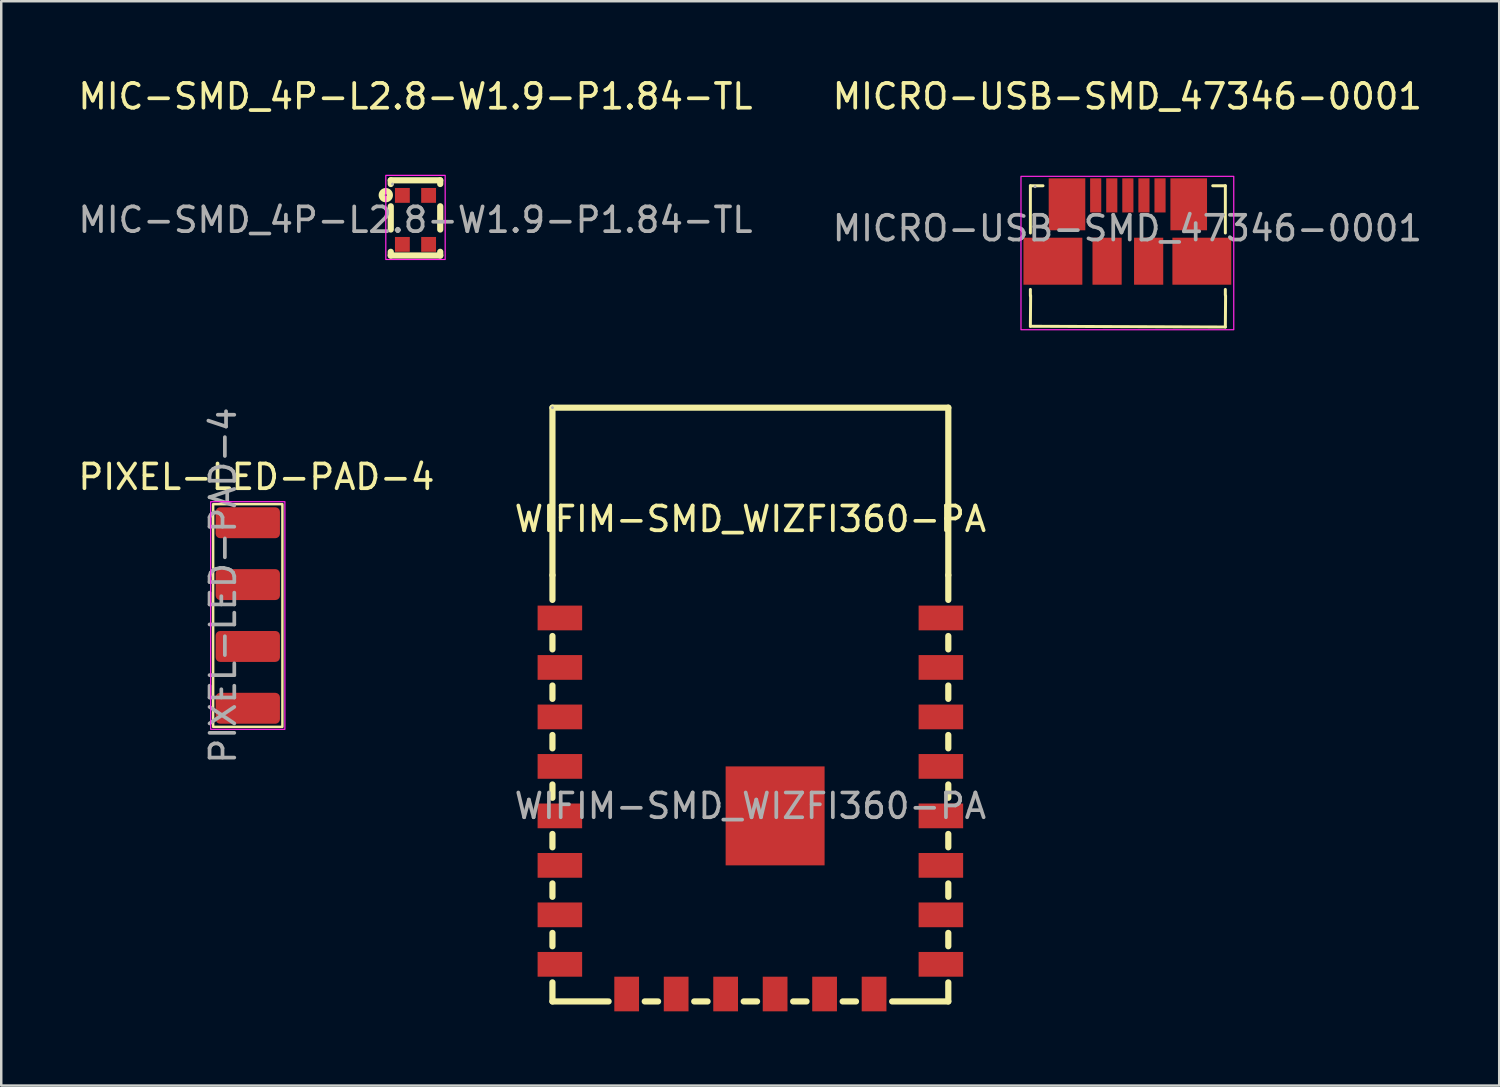
<source format=kicad_pcb>
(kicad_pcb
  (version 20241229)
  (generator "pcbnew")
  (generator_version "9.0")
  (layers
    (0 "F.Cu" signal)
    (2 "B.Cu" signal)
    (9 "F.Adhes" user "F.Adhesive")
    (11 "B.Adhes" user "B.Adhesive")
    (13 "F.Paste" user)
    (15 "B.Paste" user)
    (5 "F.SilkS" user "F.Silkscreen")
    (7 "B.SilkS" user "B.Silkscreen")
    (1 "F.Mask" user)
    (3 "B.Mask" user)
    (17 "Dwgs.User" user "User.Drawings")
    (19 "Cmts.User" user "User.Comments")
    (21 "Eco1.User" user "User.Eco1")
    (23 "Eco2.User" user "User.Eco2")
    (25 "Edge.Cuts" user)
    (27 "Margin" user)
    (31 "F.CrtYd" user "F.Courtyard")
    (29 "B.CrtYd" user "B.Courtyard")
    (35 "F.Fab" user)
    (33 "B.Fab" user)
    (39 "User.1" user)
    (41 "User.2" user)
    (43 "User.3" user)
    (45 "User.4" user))
  (footprint "WIFIM-SMD_WIZFI360-PA"
    (layer "F.Cu")
    (at 27.28 29.528)
    (property "Reference" "WIFIM-SMD_WIZFI360-PA" (at 0 -11.6 0) (layer "F.SilkS") (effects (font (size 1 1) (thickness 0.15))))
    (attr smd)
    (fp_line (start -8 -16.1) (end 8 -16.1) (stroke (width 0.25) (type solid)) (layer "F.SilkS"))
    (fp_line (start -8 -9.33) (end -8 -16.1) (stroke (width 0.25) (type solid)) (layer "F.SilkS"))
    (fp_line (start -8 -8.33) (end -8 -9.33) (stroke (width 0.25) (type solid)) (layer "F.SilkS"))
    (fp_line (start -8 -6.33) (end -8 -6.87) (stroke (width 0.25) (type solid)) (layer "F.SilkS"))
    (fp_line (start -8 -4.33) (end -8 -4.87) (stroke (width 0.25) (type solid)) (layer "F.SilkS"))
    (fp_line (start -8 -2.33) (end -8 -2.87) (stroke (width 0.25) (type solid)) (layer "F.SilkS"))
    (fp_line (start -8 -0.33) (end -8 -0.87) (stroke (width 0.25) (type solid)) (layer "F.SilkS"))
    (fp_line (start -8 1.67) (end -8 1.13) (stroke (width 0.25) (type solid)) (layer "F.SilkS"))
    (fp_line (start -8 3.67) (end -8 3.13) (stroke (width 0.25) (type solid)) (layer "F.SilkS"))
    (fp_line (start -8 5.67) (end -8 5.13) (stroke (width 0.25) (type solid)) (layer "F.SilkS"))
    (fp_line (start -8 7.9) (end -8 7.13) (stroke (width 0.25) (type solid)) (layer "F.SilkS"))
    (fp_line (start -5.73 7.9) (end -8 7.9) (stroke (width 0.25) (type solid)) (layer "F.SilkS"))
    (fp_line (start -3.73 7.9) (end -4.27 7.9) (stroke (width 0.25) (type solid)) (layer "F.SilkS"))
    (fp_line (start -1.73 7.9) (end -2.27 7.9) (stroke (width 0.25) (type solid)) (layer "F.SilkS"))
    (fp_line (start 0.27 7.9) (end -0.27 7.9) (stroke (width 0.25) (type solid)) (layer "F.SilkS"))
    (fp_line (start 2.27 7.9) (end 1.73 7.9) (stroke (width 0.25) (type solid)) (layer "F.SilkS"))
    (fp_line (start 4.27 7.9) (end 3.73 7.9) (stroke (width 0.25) (type solid)) (layer "F.SilkS"))
    (fp_line (start 8 -16.1) (end 8 -9.33) (stroke (width 0.25) (type solid)) (layer "F.SilkS"))
    (fp_line (start 8 -9.33) (end 8 -8.33) (stroke (width 0.25) (type solid)) (layer "F.SilkS"))
    (fp_line (start 8 -6.87) (end 8 -6.33) (stroke (width 0.25) (type solid)) (layer "F.SilkS"))
    (fp_line (start 8 -4.87) (end 8 -4.33) (stroke (width 0.25) (type solid)) (layer "F.SilkS"))
    (fp_line (start 8 -2.87) (end 8 -2.33) (stroke (width 0.25) (type solid)) (layer "F.SilkS"))
    (fp_line (start 8 -0.87) (end 8 -0.33) (stroke (width 0.25) (type solid)) (layer "F.SilkS"))
    (fp_line (start 8 1.13) (end 8 1.67) (stroke (width 0.25) (type solid)) (layer "F.SilkS"))
    (fp_line (start 8 3.13) (end 8 3.67) (stroke (width 0.25) (type solid)) (layer "F.SilkS"))
    (fp_line (start 8 5.13) (end 8 5.67) (stroke (width 0.25) (type solid)) (layer "F.SilkS"))
    (fp_line (start 8 7.13) (end 8 7.9) (stroke (width 0.25) (type solid)) (layer "F.SilkS"))
    (fp_line (start 8 7.9) (end 5.73 7.9) (stroke (width 0.25) (type solid)) (layer "F.SilkS"))
    (fp_circle (center -8 -16.1) (end -7.97 -16.1) (stroke (width 0.06) (type solid)) (fill no) (layer "F.Fab"))
    (fp_text user "${REFERENCE}" (at 0 0 0) (layer "F.Fab") (effects (font (size 1 1) (thickness 0.15))))
    (pad "1" smd rect (at -7.7 -7.6) (size 1.8 1) (layers "F.Cu" "F.Mask" "F.Paste"))
    (pad "2" smd rect (at -7.7 -5.6) (size 1.8 1) (layers "F.Cu" "F.Mask" "F.Paste"))
    (pad "3" smd rect (at -7.7 -3.6) (size 1.8 1) (layers "F.Cu" "F.Mask" "F.Paste"))
    (pad "4" smd rect (at -7.7 -1.6) (size 1.8 1) (layers "F.Cu" "F.Mask" "F.Paste"))
    (pad "5" smd rect (at -7.7 0.4) (size 1.8 1) (layers "F.Cu" "F.Mask" "F.Paste"))
    (pad "6" smd rect (at -7.7 2.4) (size 1.8 1) (layers "F.Cu" "F.Mask" "F.Paste"))
    (pad "7" smd rect (at -7.7 4.4) (size 1.8 1) (layers "F.Cu" "F.Mask" "F.Paste"))
    (pad "8" smd rect (at -7.7 6.4) (size 1.8 1) (layers "F.Cu" "F.Mask" "F.Paste"))
    (pad "9" smd rect (at -5 7.6 90) (size 1.4 1) (layers "F.Cu" "F.Mask" "F.Paste"))
    (pad "10" smd rect (at -3 7.6 90) (size 1.4 1) (layers "F.Cu" "F.Mask" "F.Paste"))
    (pad "11" smd rect (at -1 7.6 90) (size 1.4 1) (layers "F.Cu" "F.Mask" "F.Paste"))
    (pad "12" smd rect (at 1 7.6 90) (size 1.4 1) (layers "F.Cu" "F.Mask" "F.Paste"))
    (pad "13" smd rect (at 3 7.6 90) (size 1.4 1) (layers "F.Cu" "F.Mask" "F.Paste"))
    (pad "14" smd rect (at 5 7.6 90) (size 1.4 1) (layers "F.Cu" "F.Mask" "F.Paste"))
    (pad "15" smd rect (at 7.7 6.4 180) (size 1.8 1) (layers "F.Cu" "F.Mask" "F.Paste"))
    (pad "16" smd rect (at 7.7 4.4 180) (size 1.8 1) (layers "F.Cu" "F.Mask" "F.Paste"))
    (pad "17" smd rect (at 7.7 2.4 180) (size 1.8 1) (layers "F.Cu" "F.Mask" "F.Paste"))
    (pad "18" smd rect (at 7.7 0.4 180) (size 1.8 1) (layers "F.Cu" "F.Mask" "F.Paste"))
    (pad "19" smd rect (at 7.7 -1.6 180) (size 1.8 1) (layers "F.Cu" "F.Mask" "F.Paste"))
    (pad "20" smd rect (at 7.7 -3.6 180) (size 1.8 1) (layers "F.Cu" "F.Mask" "F.Paste"))
    (pad "21" smd rect (at 7.7 -5.6 180) (size 1.8 1) (layers "F.Cu" "F.Mask" "F.Paste"))
    (pad "22" smd rect (at 7.7 -7.6 180) (size 1.8 1) (layers "F.Cu" "F.Mask" "F.Paste"))
    (pad "23" smd rect (at 1 0.4 180) (size 4 4) (layers "F.Cu" "F.Mask" "F.Paste")))
  (footprint "PIXEL-LED-PAD-4"
    (layer "F.Cu")
    (at 5.965 18.079)
    (property "Reference" "PIXEL-LED-PAD-4" (at 1.35 -1.85 0) (layer "F.SilkS") (effects (font (size 1 1) (thickness 0.15))))
    (attr through_hole)
    (fp_rect (start -0.4 -0.75) (end 2.4 8.25) (stroke (width 0.1) (type default)) (fill no) (layer "F.SilkS"))
    (fp_rect (start -0.5 -0.85) (end 2.5 8.35) (stroke (width 0.05) (type default)) (fill no) (layer "F.CrtYd"))
    (fp_text user "${REFERENCE}" (at 0 2.54 90) (layer "F.Fab") (effects (font (size 1 1) (thickness 0.15))))
    (pad "1" smd roundrect (at 1 0) (size 2.6 1.25) (layers "F.Cu" "F.Mask" "F.Paste") (roundrect_rratio 0.147))
    (pad "2" smd roundrect (at 1 2.5) (size 2.6 1.25) (layers "F.Cu" "F.Mask" "F.Paste") (roundrect_rratio 0.147))
    (pad "3" smd roundrect (at 1 5) (size 2.6 1.25) (layers "F.Cu" "F.Mask" "F.Paste") (roundrect_rratio 0.147))
    (pad "4" smd roundrect (at 1 7.5) (size 2.6 1.25) (layers "F.Cu" "F.Mask" "F.Paste") (roundrect_rratio 0.147)))
  (footprint "MIC-SMD_4P-L2.8-W1.9-P1.84-TL"
    (layer "F.Cu")
    (at 13.744 5.838)
    (property "Reference" "MIC-SMD_4P-L2.8-W1.9-P1.84-TL" (at 0 -4.99 0) (layer "F.SilkS") (effects (font (size 1 1) (thickness 0.15))))
    (attr smd)
    (fp_line (start -1 -1.6) (end -1 -1.45) (stroke (width 0.25) (type solid)) (layer "F.SilkS"))
    (fp_line (start -1 -1.6) (end 1 -1.6) (stroke (width 0.25) (type solid)) (layer "F.SilkS"))
    (fp_line (start -1 -0.55) (end -1 0.39) (stroke (width 0.25) (type solid)) (layer "F.SilkS"))
    (fp_line (start -1 1.29) (end -1 1.44) (stroke (width 0.25) (type solid)) (layer "F.SilkS"))
    (fp_line (start -1 1.44) (end 1 1.44) (stroke (width 0.25) (type solid)) (layer "F.SilkS"))
    (fp_line (start 1 -1.6) (end 1 -1.45) (stroke (width 0.25) (type solid)) (layer "F.SilkS"))
    (fp_line (start 1 -0.55) (end 1 0.39) (stroke (width 0.25) (type solid)) (layer "F.SilkS"))
    (fp_line (start 1 1.29) (end 1 1.44) (stroke (width 0.25) (type solid)) (layer "F.SilkS"))
    (fp_circle (center -1.2 -1) (end -1.16 -1) (stroke (width 0.25) (type solid)) (fill no) (layer "F.SilkS"))
    (fp_rect (start -1.2 -1.8) (end 1.2 1.6) (stroke (width 0.05) (type default)) (fill no) (layer "F.CrtYd"))
    (fp_circle (center -0.93 -1.45) (end -0.9 -1.45) (stroke (width 0.06) (type solid)) (fill no) (layer "F.Fab"))
    (fp_text user "${REFERENCE}" (at 0 0 0) (layer "F.Fab") (effects (font (size 1 1) (thickness 0.15))))
    (pad "1" smd rect (at -0.53 -0.99) (size 0.6 0.6) (layers "F.Cu" "F.Mask" "F.Paste"))
    (pad "2" smd rect (at -0.53 0.99) (size 0.6 0.6) (layers "F.Cu" "F.Mask" "F.Paste"))
    (pad "3" smd rect (at 0.53 0.99) (size 0.6 0.6) (layers "F.Cu" "F.Mask" "F.Paste"))
    (pad "4" smd rect (at 0.53 -0.99) (size 0.6 0.6) (layers "F.Cu" "F.Mask" "F.Paste")))
  (footprint "MICRO-USB-SMD_47346-0001"
    (layer "F.Cu")
    (at 42.518 6.178)
    (property "Reference" "MICRO-USB-SMD_47346-0001" (at 0 -5.33 0) (layer "F.SilkS") (effects (font (size 1 1) (thickness 0.15))))
    (attr smd)
    (fp_line (start -3.92 -1.72) (end -3.41 -1.72) (stroke (width 0.12) (type solid)) (layer "F.SilkS"))
    (fp_line (start -3.92 0.19) (end -3.92 -1.72) (stroke (width 0.12) (type solid)) (layer "F.SilkS"))
    (fp_line (start -3.92 2.73) (end -3.92 2.47) (stroke (width 0.12) (type solid)) (layer "F.SilkS"))
    (fp_line (start -3.92 3.96) (end 3.96 3.99) (stroke (width 0.12) (type solid)) (layer "F.SilkS"))
    (fp_line (start -3.91 2.72) (end -3.92 3.96) (stroke (width 0.12) (type solid)) (layer "F.SilkS"))
    (fp_line (start 3.96 -1.72) (end 3.45 -1.72) (stroke (width 0.12) (type solid)) (layer "F.SilkS"))
    (fp_line (start 3.96 0.19) (end 3.96 -1.72) (stroke (width 0.12) (type solid)) (layer "F.SilkS"))
    (fp_line (start 3.96 2.47) (end 3.96 2.7) (stroke (width 0.12) (type solid)) (layer "F.SilkS"))
    (fp_line (start 3.96 3.99) (end 3.97 2.73) (stroke (width 0.12) (type solid)) (layer "F.SilkS"))
    (fp_rect (start -4.3 -2.1) (end 4.3 4.1) (stroke (width 0.05) (type default)) (fill no) (layer "F.CrtYd"))
    (fp_circle (center -3.73 -1.68) (end -3.7 -1.68) (stroke (width 0.06) (type solid)) (fill no) (layer "F.Fab"))
    (fp_text user "${REFERENCE}" (at 0 0 0) (layer "F.Fab") (effects (font (size 1 1) (thickness 0.15))))
    (pad "1" smd rect (at -1.28 -1.33 90) (size 1.38 0.45) (layers "F.Cu" "F.Mask" "F.Paste"))
    (pad "2" smd rect (at -0.63 -1.33 90) (size 1.38 0.45) (layers "F.Cu" "F.Mask" "F.Paste"))
    (pad "3" smd rect (at 0.02 -1.33 90) (size 1.38 0.45) (layers "F.Cu" "F.Mask" "F.Paste"))
    (pad "4" smd rect (at 0.67 -1.33 90) (size 1.38 0.45) (layers "F.Cu" "F.Mask" "F.Paste"))
    (pad "5" smd rect (at 1.32 -1.33 90) (size 1.38 0.45) (layers "F.Cu" "F.Mask" "F.Paste"))
    (pad "6" smd rect (at -3.01 1.33 90) (size 1.9 2.38) (layers "F.Cu" "F.Mask" "F.Paste"))
    (pad "6" smd rect (at -2.44 -0.97 90) (size 2.1 1.48) (layers "F.Cu" "F.Mask" "F.Paste"))
    (pad "6" smd rect (at -0.82 1.33 90) (size 1.9 1.18) (layers "F.Cu" "F.Mask" "F.Paste"))
    (pad "6" smd rect (at 0.86 1.33 90) (size 1.9 1.18) (layers "F.Cu" "F.Mask" "F.Paste"))
    (pad "6" smd rect (at 2.48 -0.97 90) (size 2.1 1.48) (layers "F.Cu" "F.Mask" "F.Paste"))
    (pad "6" smd rect (at 3.01 1.33 90) (size 1.9 2.38) (layers "F.Cu" "F.Mask" "F.Paste")))
  (gr_rect
    (start -3 -3)
    (end 57.548 40.828)
    (stroke (width 0.1) (type default))
    (fill no)
    (layer "Edge.Cuts")))
</source>
